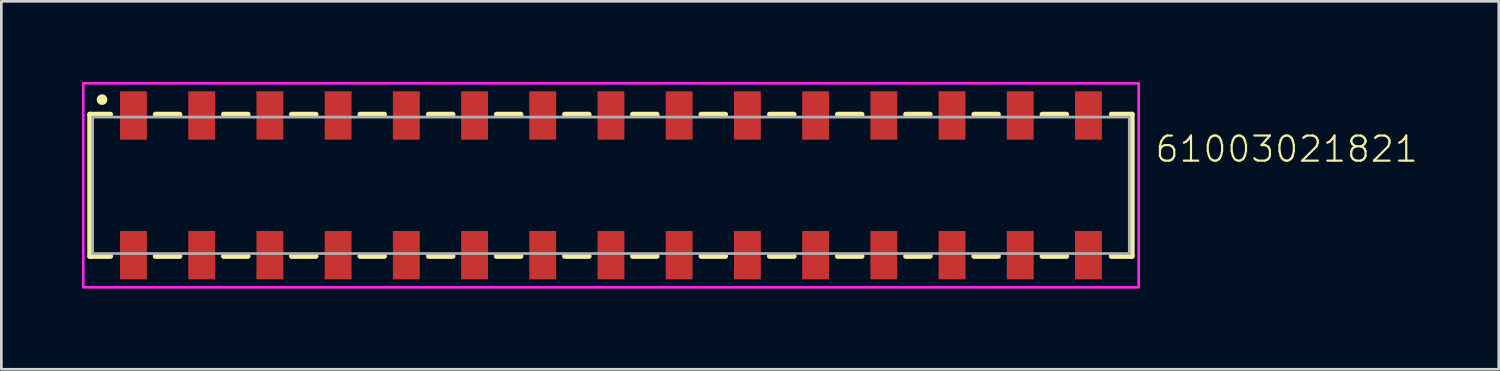
<source format=kicad_pcb>
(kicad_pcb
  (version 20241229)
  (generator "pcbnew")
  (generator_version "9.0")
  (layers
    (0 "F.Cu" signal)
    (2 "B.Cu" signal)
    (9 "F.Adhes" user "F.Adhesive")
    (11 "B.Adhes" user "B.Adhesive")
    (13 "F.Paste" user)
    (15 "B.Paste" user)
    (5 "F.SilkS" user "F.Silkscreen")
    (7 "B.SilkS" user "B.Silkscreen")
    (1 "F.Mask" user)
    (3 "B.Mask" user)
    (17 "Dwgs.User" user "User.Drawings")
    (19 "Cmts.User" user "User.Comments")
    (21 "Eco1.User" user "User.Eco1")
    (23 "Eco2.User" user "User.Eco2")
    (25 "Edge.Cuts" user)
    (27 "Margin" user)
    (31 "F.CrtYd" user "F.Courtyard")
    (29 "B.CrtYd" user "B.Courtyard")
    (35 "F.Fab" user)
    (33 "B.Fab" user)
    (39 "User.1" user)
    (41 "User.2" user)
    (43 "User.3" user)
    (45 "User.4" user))
  (footprint "61003021821"
    (layer "F.Cu")
    (at 19.7 3.85)
    (property "Reference" "61003021821" (at 20.21 -0.8 0) (unlocked yes) (layer "F.SilkS") (effects (font (size 0.935 0.935) (thickness 0.081)) (justify left bottom)))
    (fp_line (start -19.4 -2.64) (end -19.4 2.64) (stroke (width 0.2) (type solid)) (layer "F.SilkS"))
    (fp_line (start -18.64 -2.64) (end -19.4 -2.64) (stroke (width 0.2) (type solid)) (layer "F.SilkS"))
    (fp_line (start -18.64 2.64) (end -19.4 2.64) (stroke (width 0.2) (type solid)) (layer "F.SilkS"))
    (fp_line (start -16.96 -2.64) (end -16.06 -2.64) (stroke (width 0.2) (type solid)) (layer "F.SilkS"))
    (fp_line (start -16.96 2.64) (end -16.06 2.64) (stroke (width 0.2) (type solid)) (layer "F.SilkS"))
    (fp_line (start -14.42 -2.64) (end -13.52 -2.64) (stroke (width 0.2) (type solid)) (layer "F.SilkS"))
    (fp_line (start -14.42 2.64) (end -13.52 2.64) (stroke (width 0.2) (type solid)) (layer "F.SilkS"))
    (fp_line (start -11.89 -2.64) (end -10.99 -2.64) (stroke (width 0.2) (type solid)) (layer "F.SilkS"))
    (fp_line (start -11.89 2.64) (end -10.99 2.64) (stroke (width 0.2) (type solid)) (layer "F.SilkS"))
    (fp_line (start -9.34 -2.64) (end -8.44 -2.64) (stroke (width 0.2) (type solid)) (layer "F.SilkS"))
    (fp_line (start -8.44 2.64) (end -9.34 2.64) (stroke (width 0.2) (type solid)) (layer "F.SilkS"))
    (fp_line (start -6.79 -2.64) (end -5.89 -2.64) (stroke (width 0.2) (type solid)) (layer "F.SilkS"))
    (fp_line (start -6.79 2.64) (end -5.89 2.64) (stroke (width 0.2) (type solid)) (layer "F.SilkS"))
    (fp_line (start -4.26 -2.64) (end -3.36 -2.64) (stroke (width 0.2) (type solid)) (layer "F.SilkS"))
    (fp_line (start -4.26 2.64) (end -3.36 2.64) (stroke (width 0.2) (type solid)) (layer "F.SilkS"))
    (fp_line (start -0.82 -2.64) (end -1.72 -2.64) (stroke (width 0.2) (type solid)) (layer "F.SilkS"))
    (fp_line (start -0.82 2.64) (end -1.72 2.64) (stroke (width 0.2) (type solid)) (layer "F.SilkS"))
    (fp_line (start 1.71 -2.64) (end 0.81 -2.64) (stroke (width 0.2) (type solid)) (layer "F.SilkS"))
    (fp_line (start 1.71 2.64) (end 0.81 2.64) (stroke (width 0.2) (type solid)) (layer "F.SilkS"))
    (fp_line (start 3.36 -2.64) (end 4.26 -2.64) (stroke (width 0.2) (type solid)) (layer "F.SilkS"))
    (fp_line (start 4.26 2.64) (end 3.36 2.64) (stroke (width 0.2) (type solid)) (layer "F.SilkS"))
    (fp_line (start 6.81 -2.64) (end 5.91 -2.64) (stroke (width 0.2) (type solid)) (layer "F.SilkS"))
    (fp_line (start 6.81 2.64) (end 5.91 2.64) (stroke (width 0.2) (type solid)) (layer "F.SilkS"))
    (fp_line (start 9.34 -2.64) (end 8.44 -2.64) (stroke (width 0.2) (type solid)) (layer "F.SilkS"))
    (fp_line (start 9.34 2.64) (end 8.44 2.64) (stroke (width 0.2) (type solid)) (layer "F.SilkS"))
    (fp_line (start 11.88 -2.64) (end 10.98 -2.64) (stroke (width 0.2) (type solid)) (layer "F.SilkS"))
    (fp_line (start 11.88 2.64) (end 10.98 2.64) (stroke (width 0.2) (type solid)) (layer "F.SilkS"))
    (fp_line (start 14.42 -2.64) (end 13.52 -2.64) (stroke (width 0.2) (type solid)) (layer "F.SilkS"))
    (fp_line (start 14.42 2.64) (end 13.52 2.64) (stroke (width 0.2) (type solid)) (layer "F.SilkS"))
    (fp_line (start 16.96 -2.64) (end 16.06 -2.64) (stroke (width 0.2) (type solid)) (layer "F.SilkS"))
    (fp_line (start 16.96 2.64) (end 16.06 2.64) (stroke (width 0.2) (type solid)) (layer "F.SilkS"))
    (fp_line (start 18.64 -2.64) (end 19.4 -2.64) (stroke (width 0.2) (type solid)) (layer "F.SilkS"))
    (fp_line (start 18.64 2.64) (end 19.4 2.64) (stroke (width 0.2) (type solid)) (layer "F.SilkS"))
    (fp_line (start 19.4 2.64) (end 19.4 -2.64) (stroke (width 0.2) (type solid)) (layer "F.SilkS"))
    (fp_circle (center -18.95 -3.19) (end -18.85 -3.19) (stroke (width 0.2) (type solid)) (fill no) (layer "F.SilkS"))
    (fp_poly (pts (xy 19.65 3.8) (xy -19.65 3.8) (xy -19.65 -3.8) (xy 19.65 -3.8)) (stroke (width 0.1) (type default)) (fill no) (layer "F.CrtYd"))
    (fp_line (start -19.3 -2.54) (end -19.3 2.54) (stroke (width 0.1) (type solid)) (layer "F.Fab"))
    (fp_line (start -19.3 2.54) (end 19.3 2.54) (stroke (width 0.1) (type solid)) (layer "F.Fab"))
    (fp_line (start 19.3 -2.54) (end -19.3 -2.54) (stroke (width 0.1) (type solid)) (layer "F.Fab"))
    (fp_line (start 19.3 2.54) (end 19.3 -2.54) (stroke (width 0.1) (type solid)) (layer "F.Fab"))
    (pad "1" smd rect (at -17.78 -2.6) (size 1 1.8) (layers "F.Cu" "F.Mask" "F.Paste"))
    (pad "2" smd rect (at -17.78 2.6) (size 1 1.8) (layers "F.Cu" "F.Mask" "F.Paste"))
    (pad "3" smd rect (at -15.24 -2.6) (size 1 1.8) (layers "F.Cu" "F.Mask" "F.Paste"))
    (pad "4" smd rect (at -15.24 2.6) (size 1 1.8) (layers "F.Cu" "F.Mask" "F.Paste"))
    (pad "5" smd rect (at -12.7 -2.6) (size 1 1.8) (layers "F.Cu" "F.Mask" "F.Paste"))
    (pad "6" smd rect (at -12.7 2.6) (size 1 1.8) (layers "F.Cu" "F.Mask" "F.Paste"))
    (pad "7" smd rect (at -10.16 -2.6) (size 1 1.8) (layers "F.Cu" "F.Mask" "F.Paste"))
    (pad "8" smd rect (at -10.16 2.6) (size 1 1.8) (layers "F.Cu" "F.Mask" "F.Paste"))
    (pad "9" smd rect (at -7.62 -2.6) (size 1 1.8) (layers "F.Cu" "F.Mask" "F.Paste"))
    (pad "10" smd rect (at -7.62 2.6) (size 1 1.8) (layers "F.Cu" "F.Mask" "F.Paste"))
    (pad "11" smd rect (at -5.08 -2.6) (size 1 1.8) (layers "F.Cu" "F.Mask" "F.Paste"))
    (pad "12" smd rect (at -5.08 2.6) (size 1 1.8) (layers "F.Cu" "F.Mask" "F.Paste"))
    (pad "13" smd rect (at -2.54 -2.6) (size 1 1.8) (layers "F.Cu" "F.Mask" "F.Paste"))
    (pad "14" smd rect (at -2.54 2.6) (size 1 1.8) (layers "F.Cu" "F.Mask" "F.Paste"))
    (pad "15" smd rect (at 0 -2.6) (size 1 1.8) (layers "F.Cu" "F.Mask" "F.Paste"))
    (pad "16" smd rect (at 0 2.6) (size 1 1.8) (layers "F.Cu" "F.Mask" "F.Paste"))
    (pad "17" smd rect (at 2.54 -2.6) (size 1 1.8) (layers "F.Cu" "F.Mask" "F.Paste"))
    (pad "18" smd rect (at 2.54 2.6) (size 1 1.8) (layers "F.Cu" "F.Mask" "F.Paste"))
    (pad "19" smd rect (at 5.08 -2.6) (size 1 1.8) (layers "F.Cu" "F.Mask" "F.Paste"))
    (pad "20" smd rect (at 5.08 2.6) (size 1 1.8) (layers "F.Cu" "F.Mask" "F.Paste"))
    (pad "21" smd rect (at 7.62 -2.6) (size 1 1.8) (layers "F.Cu" "F.Mask" "F.Paste"))
    (pad "22" smd rect (at 7.62 2.6) (size 1 1.8) (layers "F.Cu" "F.Mask" "F.Paste"))
    (pad "23" smd rect (at 10.16 -2.6) (size 1 1.8) (layers "F.Cu" "F.Mask" "F.Paste"))
    (pad "24" smd rect (at 10.16 2.6) (size 1 1.8) (layers "F.Cu" "F.Mask" "F.Paste"))
    (pad "25" smd rect (at 12.7 -2.6) (size 1 1.8) (layers "F.Cu" "F.Mask" "F.Paste"))
    (pad "26" smd rect (at 12.7 2.6) (size 1 1.8) (layers "F.Cu" "F.Mask" "F.Paste"))
    (pad "27" smd rect (at 15.24 -2.6) (size 1 1.8) (layers "F.Cu" "F.Mask" "F.Paste"))
    (pad "28" smd rect (at 15.24 2.6) (size 1 1.8) (layers "F.Cu" "F.Mask" "F.Paste"))
    (pad "29" smd rect (at 17.78 -2.6) (size 1 1.8) (layers "F.Cu" "F.Mask" "F.Paste"))
    (pad "30" smd rect (at 17.78 2.6) (size 1 1.8) (layers "F.Cu" "F.Mask" "F.Paste")))
  (gr_rect
    (start -3 -3)
    (end 52.759 10.7)
    (stroke (width 0.1) (type default))
    (fill no)
    (layer "Edge.Cuts")))
</source>
